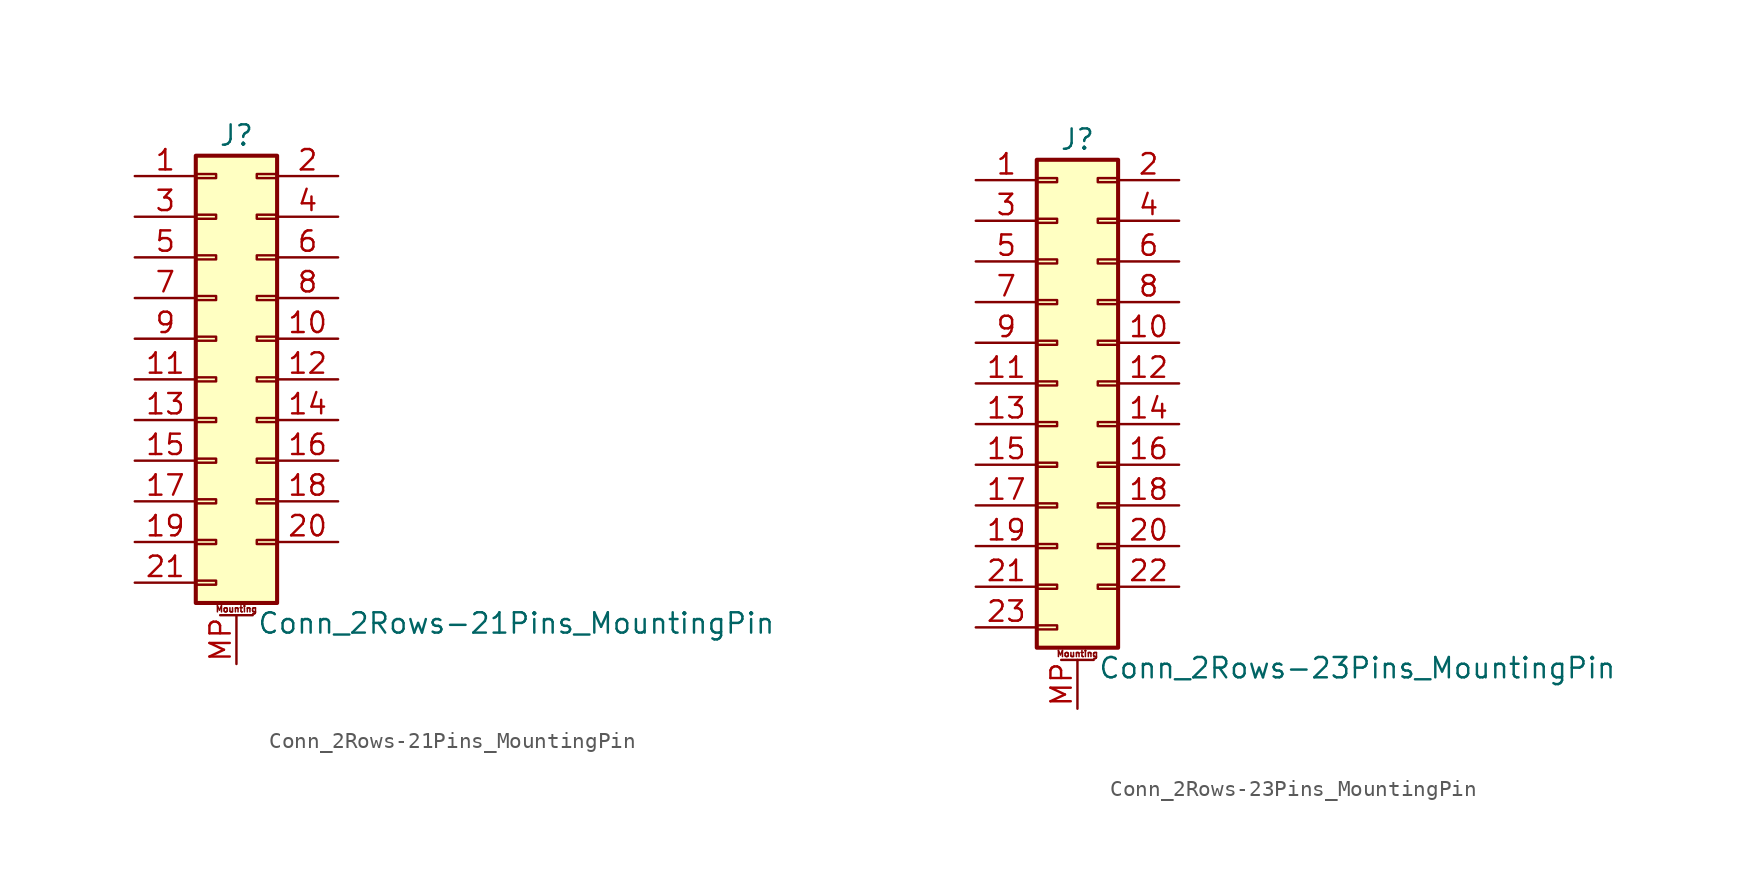
<source format=kicad_sym>
(kicad_symbol_lib
  (version 20211014)
  (generator kicad_symbol_editor)
  (symbol "Conn_2Rows-21Pins_MountingPin"
    (pin_names
      (offset 1.016) hide)
    (property "Reference" "J"
      (at 1.27 15.24 0)
      (effects (font (size 1.27 1.27))))
    (property "Value" "Conn_2Rows-21Pins_MountingPin"
      (at 2.54 -15.24 0)
      (effects (font (size 1.27 1.27)) (justify left)))
    (symbol "Conn_2Rows-21Pins_MountingPin_1_1"
      (rectangle (start -1.27 -12.573) (end 0 -12.827) (stroke (width 0.152) (type default) (color 0 0 0 0)) (fill (type none)))
      (rectangle (start -1.27 -10.033) (end 0 -10.287) (stroke (width 0.152) (type default) (color 0 0 0 0)) (fill (type none)))
      (rectangle (start -1.27 -7.493) (end 0 -7.747) (stroke (width 0.152) (type default) (color 0 0 0 0)) (fill (type none)))
      (rectangle (start -1.27 -4.953) (end 0 -5.207) (stroke (width 0.152) (type default) (color 0 0 0 0)) (fill (type none)))
      (rectangle (start -1.27 -2.413) (end 0 -2.667) (stroke (width 0.152) (type default) (color 0 0 0 0)) (fill (type none)))
      (rectangle (start -1.27 0.127) (end 0 -0.127) (stroke (width 0.152) (type default) (color 0 0 0 0)) (fill (type none)))
      (rectangle (start -1.27 2.667) (end 0 2.413) (stroke (width 0.152) (type default) (color 0 0 0 0)) (fill (type none)))
      (rectangle (start -1.27 5.207) (end 0 4.953) (stroke (width 0.152) (type default) (color 0 0 0 0)) (fill (type none)))
      (rectangle (start -1.27 7.747) (end 0 7.493) (stroke (width 0.152) (type default) (color 0 0 0 0)) (fill (type none)))
      (rectangle (start -1.27 10.287) (end 0 10.033) (stroke (width 0.152) (type default) (color 0 0 0 0)) (fill (type none)))
      (rectangle (start -1.27 12.827) (end 0 12.573) (stroke (width 0.152) (type default) (color 0 0 0 0)) (fill (type none)))
      (rectangle (start -1.27 13.97) (end 3.81 -13.97) (stroke (width 0.254) (type default) (color 0 0 0 0)) (fill (type background)))
      (polyline (pts (xy 0.254 -14.732) (xy 2.286 -14.732)) (stroke (width 0.152) (type default) (color 0 0 0 0)) (fill (type none)))
      (rectangle (start 3.81 -10.033) (end 2.54 -10.287) (stroke (width 0.152) (type default) (color 0 0 0 0)) (fill (type none)))
      (rectangle (start 3.81 -7.493) (end 2.54 -7.747) (stroke (width 0.152) (type default) (color 0 0 0 0)) (fill (type none)))
      (rectangle (start 3.81 -4.953) (end 2.54 -5.207) (stroke (width 0.152) (type default) (color 0 0 0 0)) (fill (type none)))
      (rectangle (start 3.81 -2.413) (end 2.54 -2.667) (stroke (width 0.152) (type default) (color 0 0 0 0)) (fill (type none)))
      (rectangle (start 3.81 0.127) (end 2.54 -0.127) (stroke (width 0.152) (type default) (color 0 0 0 0)) (fill (type none)))
      (rectangle (start 3.81 2.667) (end 2.54 2.413) (stroke (width 0.152) (type default) (color 0 0 0 0)) (fill (type none)))
      (rectangle (start 3.81 5.207) (end 2.54 4.953) (stroke (width 0.152) (type default) (color 0 0 0 0)) (fill (type none)))
      (rectangle (start 3.81 7.747) (end 2.54 7.493) (stroke (width 0.152) (type default) (color 0 0 0 0)) (fill (type none)))
      (rectangle (start 3.81 10.287) (end 2.54 10.033) (stroke (width 0.152) (type default) (color 0 0 0 0)) (fill (type none)))
      (rectangle (start 3.81 12.827) (end 2.54 12.573) (stroke (width 0.152) (type default) (color 0 0 0 0)) (fill (type none)))
      (text "Mounting" (at 1.27 -14.351 0) (effects (font (size 0.381 0.381))))
      (pin passive line (at -5.08 12.7 0) (length 3.81) (name "Pin_1" (effects (font (size 1.27 1.27)))) (number "1" (effects (font (size 1.27 1.27)))))
      (pin passive line (at 7.62 2.54 180) (length 3.81) (name "Pin_10" (effects (font (size 1.27 1.27)))) (number "10" (effects (font (size 1.27 1.27)))))
      (pin passive line (at -5.08 0 0) (length 3.81) (name "Pin_11" (effects (font (size 1.27 1.27)))) (number "11" (effects (font (size 1.27 1.27)))))
      (pin passive line (at 7.62 0 180) (length 3.81) (name "Pin_12" (effects (font (size 1.27 1.27)))) (number "12" (effects (font (size 1.27 1.27)))))
      (pin passive line (at -5.08 -2.54 0) (length 3.81) (name "Pin_13" (effects (font (size 1.27 1.27)))) (number "13" (effects (font (size 1.27 1.27)))))
      (pin passive line (at 7.62 -2.54 180) (length 3.81) (name "Pin_14" (effects (font (size 1.27 1.27)))) (number "14" (effects (font (size 1.27 1.27)))))
      (pin passive line (at -5.08 -5.08 0) (length 3.81) (name "Pin_15" (effects (font (size 1.27 1.27)))) (number "15" (effects (font (size 1.27 1.27)))))
      (pin passive line (at 7.62 -5.08 180) (length 3.81) (name "Pin_16" (effects (font (size 1.27 1.27)))) (number "16" (effects (font (size 1.27 1.27)))))
      (pin passive line (at -5.08 -7.62 0) (length 3.81) (name "Pin_17" (effects (font (size 1.27 1.27)))) (number "17" (effects (font (size 1.27 1.27)))))
      (pin passive line (at 7.62 -7.62 180) (length 3.81) (name "Pin_18" (effects (font (size 1.27 1.27)))) (number "18" (effects (font (size 1.27 1.27)))))
      (pin passive line (at -5.08 -10.16 0) (length 3.81) (name "Pin_19" (effects (font (size 1.27 1.27)))) (number "19" (effects (font (size 1.27 1.27)))))
      (pin passive line (at 7.62 12.7 180) (length 3.81) (name "Pin_2" (effects (font (size 1.27 1.27)))) (number "2" (effects (font (size 1.27 1.27)))))
      (pin passive line (at 7.62 -10.16 180) (length 3.81) (name "Pin_20" (effects (font (size 1.27 1.27)))) (number "20" (effects (font (size 1.27 1.27)))))
      (pin passive line (at -5.08 -12.7 0) (length 3.81) (name "Pin_21" (effects (font (size 1.27 1.27)))) (number "21" (effects (font (size 1.27 1.27)))))
      (pin passive line (at -5.08 10.16 0) (length 3.81) (name "Pin_3" (effects (font (size 1.27 1.27)))) (number "3" (effects (font (size 1.27 1.27)))))
      (pin passive line (at 7.62 10.16 180) (length 3.81) (name "Pin_4" (effects (font (size 1.27 1.27)))) (number "4" (effects (font (size 1.27 1.27)))))
      (pin passive line (at -5.08 7.62 0) (length 3.81) (name "Pin_5" (effects (font (size 1.27 1.27)))) (number "5" (effects (font (size 1.27 1.27)))))
      (pin passive line (at 7.62 7.62 180) (length 3.81) (name "Pin_6" (effects (font (size 1.27 1.27)))) (number "6" (effects (font (size 1.27 1.27)))))
      (pin passive line (at -5.08 5.08 0) (length 3.81) (name "Pin_7" (effects (font (size 1.27 1.27)))) (number "7" (effects (font (size 1.27 1.27)))))
      (pin passive line (at 7.62 5.08 180) (length 3.81) (name "Pin_8" (effects (font (size 1.27 1.27)))) (number "8" (effects (font (size 1.27 1.27)))))
      (pin passive line (at -5.08 2.54 0) (length 3.81) (name "Pin_9" (effects (font (size 1.27 1.27)))) (number "9" (effects (font (size 1.27 1.27)))))
      (pin passive line (at 1.27 -17.78 90) (length 3.048) (name "MountPin" (effects (font (size 1.27 1.27)))) (number "MP" (effects (font (size 1.27 1.27)))))))
  (symbol "Conn_2Rows-23Pins_MountingPin"
    (pin_names
      (offset 1.016) hide)
    (property "Reference" "J"
      (at 1.27 15.24 0)
      (effects (font (size 1.27 1.27))))
    (property "Value" "Conn_2Rows-23Pins_MountingPin"
      (at 2.54 -17.78 0)
      (effects (font (size 1.27 1.27)) (justify left)))
    (symbol "Conn_2Rows-23Pins_MountingPin_1_1"
      (rectangle (start -1.27 -15.113) (end 0 -15.367) (stroke (width 0.152) (type default) (color 0 0 0 0)) (fill (type none)))
      (rectangle (start -1.27 -12.573) (end 0 -12.827) (stroke (width 0.152) (type default) (color 0 0 0 0)) (fill (type none)))
      (rectangle (start -1.27 -10.033) (end 0 -10.287) (stroke (width 0.152) (type default) (color 0 0 0 0)) (fill (type none)))
      (rectangle (start -1.27 -7.493) (end 0 -7.747) (stroke (width 0.152) (type default) (color 0 0 0 0)) (fill (type none)))
      (rectangle (start -1.27 -4.953) (end 0 -5.207) (stroke (width 0.152) (type default) (color 0 0 0 0)) (fill (type none)))
      (rectangle (start -1.27 -2.413) (end 0 -2.667) (stroke (width 0.152) (type default) (color 0 0 0 0)) (fill (type none)))
      (rectangle (start -1.27 0.127) (end 0 -0.127) (stroke (width 0.152) (type default) (color 0 0 0 0)) (fill (type none)))
      (rectangle (start -1.27 2.667) (end 0 2.413) (stroke (width 0.152) (type default) (color 0 0 0 0)) (fill (type none)))
      (rectangle (start -1.27 5.207) (end 0 4.953) (stroke (width 0.152) (type default) (color 0 0 0 0)) (fill (type none)))
      (rectangle (start -1.27 7.747) (end 0 7.493) (stroke (width 0.152) (type default) (color 0 0 0 0)) (fill (type none)))
      (rectangle (start -1.27 10.287) (end 0 10.033) (stroke (width 0.152) (type default) (color 0 0 0 0)) (fill (type none)))
      (rectangle (start -1.27 12.827) (end 0 12.573) (stroke (width 0.152) (type default) (color 0 0 0 0)) (fill (type none)))
      (rectangle (start -1.27 13.97) (end 3.81 -16.51) (stroke (width 0.254) (type default) (color 0 0 0 0)) (fill (type background)))
      (polyline (pts (xy 0.254 -17.272) (xy 2.286 -17.272)) (stroke (width 0.152) (type default) (color 0 0 0 0)) (fill (type none)))
      (rectangle (start 3.81 -12.573) (end 2.54 -12.827) (stroke (width 0.152) (type default) (color 0 0 0 0)) (fill (type none)))
      (rectangle (start 3.81 -10.033) (end 2.54 -10.287) (stroke (width 0.152) (type default) (color 0 0 0 0)) (fill (type none)))
      (rectangle (start 3.81 -7.493) (end 2.54 -7.747) (stroke (width 0.152) (type default) (color 0 0 0 0)) (fill (type none)))
      (rectangle (start 3.81 -4.953) (end 2.54 -5.207) (stroke (width 0.152) (type default) (color 0 0 0 0)) (fill (type none)))
      (rectangle (start 3.81 -2.413) (end 2.54 -2.667) (stroke (width 0.152) (type default) (color 0 0 0 0)) (fill (type none)))
      (rectangle (start 3.81 0.127) (end 2.54 -0.127) (stroke (width 0.152) (type default) (color 0 0 0 0)) (fill (type none)))
      (rectangle (start 3.81 2.667) (end 2.54 2.413) (stroke (width 0.152) (type default) (color 0 0 0 0)) (fill (type none)))
      (rectangle (start 3.81 5.207) (end 2.54 4.953) (stroke (width 0.152) (type default) (color 0 0 0 0)) (fill (type none)))
      (rectangle (start 3.81 7.747) (end 2.54 7.493) (stroke (width 0.152) (type default) (color 0 0 0 0)) (fill (type none)))
      (rectangle (start 3.81 10.287) (end 2.54 10.033) (stroke (width 0.152) (type default) (color 0 0 0 0)) (fill (type none)))
      (rectangle (start 3.81 12.827) (end 2.54 12.573) (stroke (width 0.152) (type default) (color 0 0 0 0)) (fill (type none)))
      (text "Mounting" (at 1.27 -16.891 0) (effects (font (size 0.381 0.381))))
      (pin passive line (at -5.08 12.7 0) (length 3.81) (name "Pin_1" (effects (font (size 1.27 1.27)))) (number "1" (effects (font (size 1.27 1.27)))))
      (pin passive line (at 7.62 2.54 180) (length 3.81) (name "Pin_10" (effects (font (size 1.27 1.27)))) (number "10" (effects (font (size 1.27 1.27)))))
      (pin passive line (at -5.08 0 0) (length 3.81) (name "Pin_11" (effects (font (size 1.27 1.27)))) (number "11" (effects (font (size 1.27 1.27)))))
      (pin passive line (at 7.62 0 180) (length 3.81) (name "Pin_12" (effects (font (size 1.27 1.27)))) (number "12" (effects (font (size 1.27 1.27)))))
      (pin passive line (at -5.08 -2.54 0) (length 3.81) (name "Pin_13" (effects (font (size 1.27 1.27)))) (number "13" (effects (font (size 1.27 1.27)))))
      (pin passive line (at 7.62 -2.54 180) (length 3.81) (name "Pin_14" (effects (font (size 1.27 1.27)))) (number "14" (effects (font (size 1.27 1.27)))))
      (pin passive line (at -5.08 -5.08 0) (length 3.81) (name "Pin_15" (effects (font (size 1.27 1.27)))) (number "15" (effects (font (size 1.27 1.27)))))
      (pin passive line (at 7.62 -5.08 180) (length 3.81) (name "Pin_16" (effects (font (size 1.27 1.27)))) (number "16" (effects (font (size 1.27 1.27)))))
      (pin passive line (at -5.08 -7.62 0) (length 3.81) (name "Pin_17" (effects (font (size 1.27 1.27)))) (number "17" (effects (font (size 1.27 1.27)))))
      (pin passive line (at 7.62 -7.62 180) (length 3.81) (name "Pin_18" (effects (font (size 1.27 1.27)))) (number "18" (effects (font (size 1.27 1.27)))))
      (pin passive line (at -5.08 -10.16 0) (length 3.81) (name "Pin_19" (effects (font (size 1.27 1.27)))) (number "19" (effects (font (size 1.27 1.27)))))
      (pin passive line (at 7.62 12.7 180) (length 3.81) (name "Pin_2" (effects (font (size 1.27 1.27)))) (number "2" (effects (font (size 1.27 1.27)))))
      (pin passive line (at 7.62 -10.16 180) (length 3.81) (name "Pin_20" (effects (font (size 1.27 1.27)))) (number "20" (effects (font (size 1.27 1.27)))))
      (pin passive line (at -5.08 -12.7 0) (length 3.81) (name "Pin_21" (effects (font (size 1.27 1.27)))) (number "21" (effects (font (size 1.27 1.27)))))
      (pin passive line (at 7.62 -12.7 180) (length 3.81) (name "Pin_22" (effects (font (size 1.27 1.27)))) (number "22" (effects (font (size 1.27 1.27)))))
      (pin passive line (at -5.08 -15.24 0) (length 3.81) (name "Pin_23" (effects (font (size 1.27 1.27)))) (number "23" (effects (font (size 1.27 1.27)))))
      (pin passive line (at -5.08 10.16 0) (length 3.81) (name "Pin_3" (effects (font (size 1.27 1.27)))) (number "3" (effects (font (size 1.27 1.27)))))
      (pin passive line (at 7.62 10.16 180) (length 3.81) (name "Pin_4" (effects (font (size 1.27 1.27)))) (number "4" (effects (font (size 1.27 1.27)))))
      (pin passive line (at -5.08 7.62 0) (length 3.81) (name "Pin_5" (effects (font (size 1.27 1.27)))) (number "5" (effects (font (size 1.27 1.27)))))
      (pin passive line (at 7.62 7.62 180) (length 3.81) (name "Pin_6" (effects (font (size 1.27 1.27)))) (number "6" (effects (font (size 1.27 1.27)))))
      (pin passive line (at -5.08 5.08 0) (length 3.81) (name "Pin_7" (effects (font (size 1.27 1.27)))) (number "7" (effects (font (size 1.27 1.27)))))
      (pin passive line (at 7.62 5.08 180) (length 3.81) (name "Pin_8" (effects (font (size 1.27 1.27)))) (number "8" (effects (font (size 1.27 1.27)))))
      (pin passive line (at -5.08 2.54 0) (length 3.81) (name "Pin_9" (effects (font (size 1.27 1.27)))) (number "9" (effects (font (size 1.27 1.27)))))
      (pin passive line (at 1.27 -20.32 90) (length 3.048) (name "MountPin" (effects (font (size 1.27 1.27)))) (number "MP" (effects (font (size 1.27 1.27))))))))
</source>
